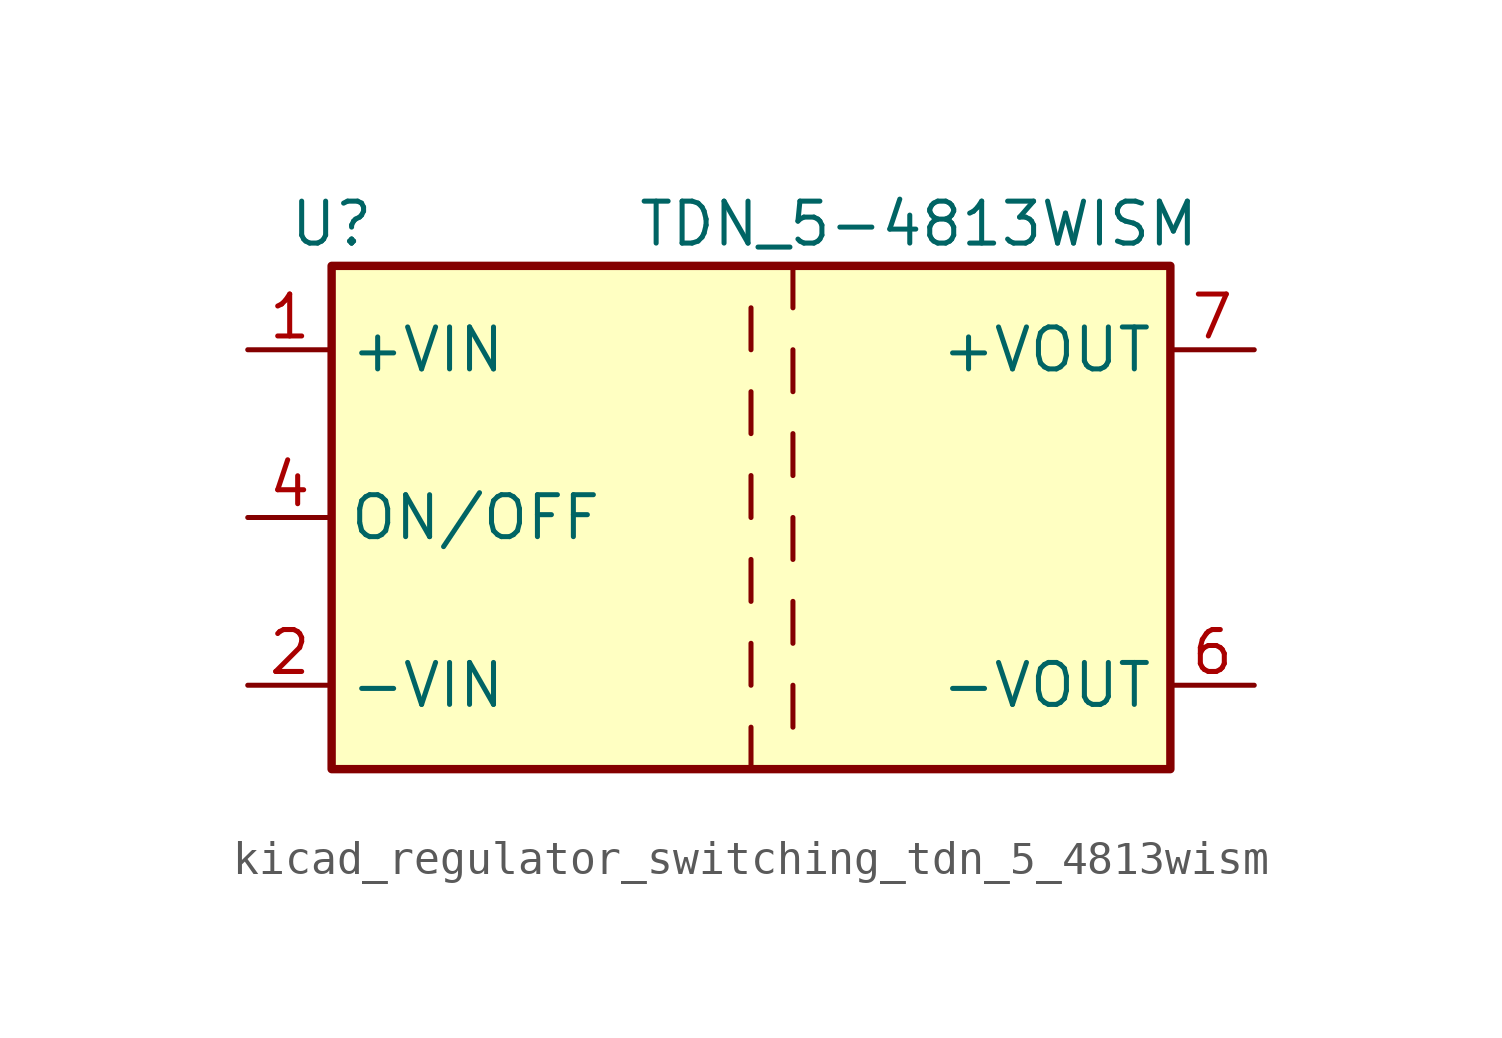
<source format=kicad_sym>
(kicad_symbol_lib
  (version 20220914)
  (generator kicad_symbol_editor)
  (symbol "kicad_regulator_switching_tdn_5_4813wism"
    (property "Reference" "U"
      (at -12.7 8.89 0)
      (effects (font (size 1.27 1.27))))
    (property "Value" "TDN_5-4813WISM"
      (at 5.08 8.89 0)
      (effects (font (size 1.27 1.27))))
    (symbol "kicad_regulator_switching_tdn_5_4813wism_0_1"
      (rectangle (start -12.7 7.62) (end 12.7 -7.62) (stroke (width 0.254) (type default)) (fill (type background))))
    (symbol "kicad_regulator_switching_tdn_5_4813wism_1_1"
      (polyline (pts (xy 0 -6.35) (xy 0 -7.62)) (stroke (width 0) (type default)) (fill (type none)))
      (polyline (pts (xy 0 -3.81) (xy 0 -5.08)) (stroke (width 0) (type default)) (fill (type none)))
      (polyline (pts (xy 0 -1.27) (xy 0 -2.54)) (stroke (width 0) (type default)) (fill (type none)))
      (polyline (pts (xy 0 1.27) (xy 0 0)) (stroke (width 0) (type default)) (fill (type none)))
      (polyline (pts (xy 0 3.81) (xy 0 2.54)) (stroke (width 0) (type default)) (fill (type none)))
      (polyline (pts (xy 0 6.35) (xy 0 5.08)) (stroke (width 0) (type default)) (fill (type none)))
      (polyline (pts (xy 1.27 -5.08) (xy 1.27 -6.35)) (stroke (width 0) (type default)) (fill (type none)))
      (polyline (pts (xy 1.27 -2.54) (xy 1.27 -3.81)) (stroke (width 0) (type default)) (fill (type none)))
      (polyline (pts (xy 1.27 0) (xy 1.27 -1.27)) (stroke (width 0) (type default)) (fill (type none)))
      (polyline (pts (xy 1.27 2.54) (xy 1.27 1.27)) (stroke (width 0) (type default)) (fill (type none)))
      (polyline (pts (xy 1.27 5.08) (xy 1.27 3.81)) (stroke (width 0) (type default)) (fill (type none)))
      (polyline (pts (xy 1.27 7.62) (xy 1.27 6.35)) (stroke (width 0) (type default)) (fill (type none)))
      (pin power_in line (at -15.24 5.08 0) (length 2.54) (name "+VIN" (effects (font (size 1.27 1.27)))) (number "1" (effects (font (size 1.27 1.27)))))
      (pin power_in line (at -15.24 -5.08 0) (length 2.54) (name "-VIN" (effects (font (size 1.27 1.27)))) (number "2" (effects (font (size 1.27 1.27)))))
      (pin input line (at -15.24 0 0) (length 2.54) (name "ON/OFF" (effects (font (size 1.27 1.27)))) (number "4" (effects (font (size 1.27 1.27)))))
      (pin no_connect line (at 12.7 2.54 180) (length 2.54) hide (name "NC" (effects (font (size 1.27 1.27)))) (number "5" (effects (font (size 1.27 1.27)))))
      (pin power_out line (at 15.24 -5.08 180) (length 2.54) (name "-VOUT" (effects (font (size 1.27 1.27)))) (number "6" (effects (font (size 1.27 1.27)))))
      (pin power_out line (at 15.24 5.08 180) (length 2.54) (name "+VOUT" (effects (font (size 1.27 1.27)))) (number "7" (effects (font (size 1.27 1.27))))))))
</source>
